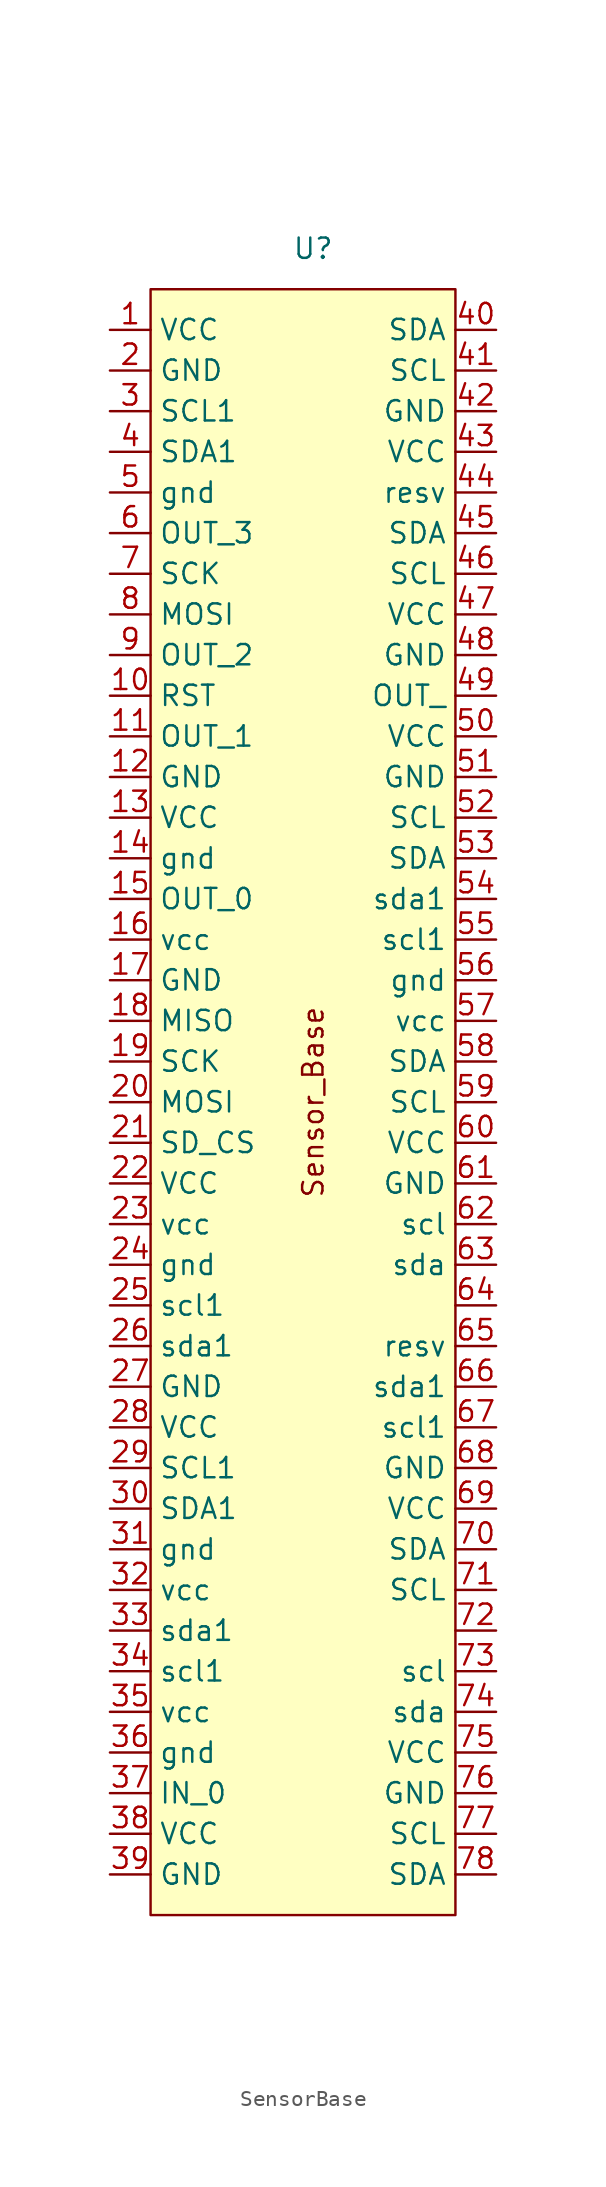
<source format=kicad_sym>
(kicad_symbol_lib
  (version 20220914)
  (generator kicad_symbol_editor)
  (symbol "SensorBase"
    (property "Reference" "U"
      (at 0 0 0)
      (effects (font (size 1.27 1.27))))
    (property "Value" ""
      (at 0 0 0)
      (effects (font (size 1.27 1.27))))
    (symbol "SensorBase_1_1"
      (rectangle (start -10.16 -2.54) (end 8.89 -104.14) (stroke (width 0) (type default)) (fill (type background)))
      (text "Sensor_Base\n" (at 0 -53.34 900) (effects (font (size 1.27 1.27))))
      (pin power_in line (at -12.7 -5.08 0) (length 2.54) (name "VCC" (effects (font (size 1.27 1.27)))) (number "1" (effects (font (size 1.27 1.27)))))
      (pin bidirectional line (at -12.7 -27.94 0) (length 2.54) (name "RST" (effects (font (size 1.27 1.27)))) (number "10" (effects (font (size 1.27 1.27)))))
      (pin bidirectional line (at -12.7 -30.48 0) (length 2.54) (name "OUT_1" (effects (font (size 1.27 1.27)))) (number "11" (effects (font (size 1.27 1.27)))))
      (pin power_in line (at -12.7 -33.02 0) (length 2.54) (name "GND" (effects (font (size 1.27 1.27)))) (number "12" (effects (font (size 1.27 1.27)))))
      (pin power_in line (at -12.7 -35.56 0) (length 2.54) (name "VCC" (effects (font (size 1.27 1.27)))) (number "13" (effects (font (size 1.27 1.27)))))
      (pin power_in line (at -12.7 -38.1 0) (length 2.54) (name "gnd" (effects (font (size 1.27 1.27)))) (number "14" (effects (font (size 1.27 1.27)))))
      (pin bidirectional line (at -12.7 -40.64 0) (length 2.54) (name "OUT_0" (effects (font (size 1.27 1.27)))) (number "15" (effects (font (size 1.27 1.27)))))
      (pin power_in line (at -12.7 -43.18 0) (length 2.54) (name "vcc" (effects (font (size 1.27 1.27)))) (number "16" (effects (font (size 1.27 1.27)))))
      (pin power_in line (at -12.7 -45.72 0) (length 2.54) (name "GND" (effects (font (size 1.27 1.27)))) (number "17" (effects (font (size 1.27 1.27)))))
      (pin bidirectional line (at -12.7 -48.26 0) (length 2.54) (name "MISO" (effects (font (size 1.27 1.27)))) (number "18" (effects (font (size 1.27 1.27)))))
      (pin bidirectional line (at -12.7 -50.8 0) (length 2.54) (name "SCK" (effects (font (size 1.27 1.27)))) (number "19" (effects (font (size 1.27 1.27)))))
      (pin power_in line (at -12.7 -7.62 0) (length 2.54) (name "GND" (effects (font (size 1.27 1.27)))) (number "2" (effects (font (size 1.27 1.27)))))
      (pin bidirectional line (at -12.7 -53.34 0) (length 2.54) (name "MOSI" (effects (font (size 1.27 1.27)))) (number "20" (effects (font (size 1.27 1.27)))))
      (pin bidirectional line (at -12.7 -55.88 0) (length 2.54) (name "SD_CS" (effects (font (size 1.27 1.27)))) (number "21" (effects (font (size 1.27 1.27)))))
      (pin power_in line (at -12.7 -58.42 0) (length 2.54) (name "VCC" (effects (font (size 1.27 1.27)))) (number "22" (effects (font (size 1.27 1.27)))))
      (pin power_in line (at -12.7 -60.96 0) (length 2.54) (name "vcc" (effects (font (size 1.27 1.27)))) (number "23" (effects (font (size 1.27 1.27)))))
      (pin power_in line (at -12.7 -63.5 0) (length 2.54) (name "gnd" (effects (font (size 1.27 1.27)))) (number "24" (effects (font (size 1.27 1.27)))))
      (pin bidirectional line (at -12.7 -66.04 0) (length 2.54) (name "scl1" (effects (font (size 1.27 1.27)))) (number "25" (effects (font (size 1.27 1.27)))))
      (pin bidirectional line (at -12.7 -68.58 0) (length 2.54) (name "sda1" (effects (font (size 1.27 1.27)))) (number "26" (effects (font (size 1.27 1.27)))))
      (pin power_in line (at -12.7 -71.12 0) (length 2.54) (name "GND" (effects (font (size 1.27 1.27)))) (number "27" (effects (font (size 1.27 1.27)))))
      (pin power_in line (at -12.7 -73.66 0) (length 2.54) (name "VCC" (effects (font (size 1.27 1.27)))) (number "28" (effects (font (size 1.27 1.27)))))
      (pin bidirectional line (at -12.7 -76.2 0) (length 2.54) (name "SCL1" (effects (font (size 1.27 1.27)))) (number "29" (effects (font (size 1.27 1.27)))))
      (pin bidirectional line (at -12.7 -10.16 0) (length 2.54) (name "SCL1" (effects (font (size 1.27 1.27)))) (number "3" (effects (font (size 1.27 1.27)))))
      (pin bidirectional line (at -12.7 -78.74 0) (length 2.54) (name "SDA1" (effects (font (size 1.27 1.27)))) (number "30" (effects (font (size 1.27 1.27)))))
      (pin power_in line (at -12.7 -81.28 0) (length 2.54) (name "gnd" (effects (font (size 1.27 1.27)))) (number "31" (effects (font (size 1.27 1.27)))))
      (pin power_in line (at -12.7 -83.82 0) (length 2.54) (name "vcc" (effects (font (size 1.27 1.27)))) (number "32" (effects (font (size 1.27 1.27)))))
      (pin bidirectional line (at -12.7 -86.36 0) (length 2.54) (name "sda1" (effects (font (size 1.27 1.27)))) (number "33" (effects (font (size 1.27 1.27)))))
      (pin bidirectional line (at -12.7 -88.9 0) (length 2.54) (name "scl1" (effects (font (size 1.27 1.27)))) (number "34" (effects (font (size 1.27 1.27)))))
      (pin power_in line (at -12.7 -91.44 0) (length 2.54) (name "vcc" (effects (font (size 1.27 1.27)))) (number "35" (effects (font (size 1.27 1.27)))))
      (pin power_in line (at -12.7 -93.98 0) (length 2.54) (name "gnd" (effects (font (size 1.27 1.27)))) (number "36" (effects (font (size 1.27 1.27)))))
      (pin bidirectional line (at -12.7 -96.52 0) (length 2.54) (name "IN_0" (effects (font (size 1.27 1.27)))) (number "37" (effects (font (size 1.27 1.27)))))
      (pin power_in line (at -12.7 -99.06 0) (length 2.54) (name "VCC" (effects (font (size 1.27 1.27)))) (number "38" (effects (font (size 1.27 1.27)))))
      (pin power_in line (at -12.7 -101.6 0) (length 2.54) (name "GND" (effects (font (size 1.27 1.27)))) (number "39" (effects (font (size 1.27 1.27)))))
      (pin bidirectional line (at -12.7 -12.7 0) (length 2.54) (name "SDA1" (effects (font (size 1.27 1.27)))) (number "4" (effects (font (size 1.27 1.27)))))
      (pin bidirectional line (at 11.43 -5.08 180) (length 2.54) (name "SDA" (effects (font (size 1.27 1.27)))) (number "40" (effects (font (size 1.27 1.27)))))
      (pin bidirectional line (at 11.43 -7.62 180) (length 2.54) (name "SCL" (effects (font (size 1.27 1.27)))) (number "41" (effects (font (size 1.27 1.27)))))
      (pin power_in line (at 11.43 -10.16 180) (length 2.54) (name "GND" (effects (font (size 1.27 1.27)))) (number "42" (effects (font (size 1.27 1.27)))))
      (pin power_in line (at 11.43 -12.7 180) (length 2.54) (name "VCC" (effects (font (size 1.27 1.27)))) (number "43" (effects (font (size 1.27 1.27)))))
      (pin bidirectional line (at 11.43 -15.24 180) (length 2.54) (name "resv" (effects (font (size 1.27 1.27)))) (number "44" (effects (font (size 1.27 1.27)))))
      (pin bidirectional line (at 11.43 -17.78 180) (length 2.54) (name "SDA" (effects (font (size 1.27 1.27)))) (number "45" (effects (font (size 1.27 1.27)))))
      (pin bidirectional line (at 11.43 -20.32 180) (length 2.54) (name "SCL" (effects (font (size 1.27 1.27)))) (number "46" (effects (font (size 1.27 1.27)))))
      (pin power_in line (at 11.43 -22.86 180) (length 2.54) (name "VCC" (effects (font (size 1.27 1.27)))) (number "47" (effects (font (size 1.27 1.27)))))
      (pin power_in line (at 11.43 -25.4 180) (length 2.54) (name "GND" (effects (font (size 1.27 1.27)))) (number "48" (effects (font (size 1.27 1.27)))))
      (pin bidirectional line (at 11.43 -27.94 180) (length 2.54) (name "OUT_" (effects (font (size 1.27 1.27)))) (number "49" (effects (font (size 1.27 1.27)))))
      (pin power_in line (at -12.7 -15.24 0) (length 2.54) (name "gnd" (effects (font (size 1.27 1.27)))) (number "5" (effects (font (size 1.27 1.27)))))
      (pin power_in line (at 11.43 -30.48 180) (length 2.54) (name "VCC" (effects (font (size 1.27 1.27)))) (number "50" (effects (font (size 1.27 1.27)))))
      (pin power_in line (at 11.43 -33.02 180) (length 2.54) (name "GND" (effects (font (size 1.27 1.27)))) (number "51" (effects (font (size 1.27 1.27)))))
      (pin bidirectional line (at 11.43 -35.56 180) (length 2.54) (name "SCL" (effects (font (size 1.27 1.27)))) (number "52" (effects (font (size 1.27 1.27)))))
      (pin bidirectional line (at 11.43 -38.1 180) (length 2.54) (name "SDA" (effects (font (size 1.27 1.27)))) (number "53" (effects (font (size 1.27 1.27)))))
      (pin bidirectional line (at 11.43 -40.64 180) (length 2.54) (name "sda1" (effects (font (size 1.27 1.27)))) (number "54" (effects (font (size 1.27 1.27)))))
      (pin bidirectional line (at 11.43 -43.18 180) (length 2.54) (name "scl1" (effects (font (size 1.27 1.27)))) (number "55" (effects (font (size 1.27 1.27)))))
      (pin power_in line (at 11.43 -45.72 180) (length 2.54) (name "gnd" (effects (font (size 1.27 1.27)))) (number "56" (effects (font (size 1.27 1.27)))))
      (pin power_in line (at 11.43 -48.26 180) (length 2.54) (name "vcc" (effects (font (size 1.27 1.27)))) (number "57" (effects (font (size 1.27 1.27)))))
      (pin bidirectional line (at 11.43 -50.8 180) (length 2.54) (name "SDA" (effects (font (size 1.27 1.27)))) (number "58" (effects (font (size 1.27 1.27)))))
      (pin bidirectional line (at 11.43 -53.34 180) (length 2.54) (name "SCL" (effects (font (size 1.27 1.27)))) (number "59" (effects (font (size 1.27 1.27)))))
      (pin bidirectional line (at -12.7 -17.78 0) (length 2.54) (name "OUT_3" (effects (font (size 1.27 1.27)))) (number "6" (effects (font (size 1.27 1.27)))))
      (pin power_in line (at 11.43 -55.88 180) (length 2.54) (name "VCC" (effects (font (size 1.27 1.27)))) (number "60" (effects (font (size 1.27 1.27)))))
      (pin power_in line (at 11.43 -58.42 180) (length 2.54) (name "GND" (effects (font (size 1.27 1.27)))) (number "61" (effects (font (size 1.27 1.27)))))
      (pin bidirectional line (at 11.43 -60.96 180) (length 2.54) (name "scl" (effects (font (size 1.27 1.27)))) (number "62" (effects (font (size 1.27 1.27)))))
      (pin bidirectional line (at 11.43 -63.5 180) (length 2.54) (name "sda" (effects (font (size 1.27 1.27)))) (number "63" (effects (font (size 1.27 1.27)))))
      (pin bidirectional line (at 11.43 -66.04 180) (length 2.54) (name "" (effects (font (size 1.27 1.27)))) (number "64" (effects (font (size 1.27 1.27)))))
      (pin bidirectional line (at 11.43 -68.58 180) (length 2.54) (name "resv" (effects (font (size 1.27 1.27)))) (number "65" (effects (font (size 1.27 1.27)))))
      (pin bidirectional line (at 11.43 -71.12 180) (length 2.54) (name "sda1" (effects (font (size 1.27 1.27)))) (number "66" (effects (font (size 1.27 1.27)))))
      (pin bidirectional line (at 11.43 -73.66 180) (length 2.54) (name "scl1" (effects (font (size 1.27 1.27)))) (number "67" (effects (font (size 1.27 1.27)))))
      (pin power_in line (at 11.43 -76.2 180) (length 2.54) (name "GND" (effects (font (size 1.27 1.27)))) (number "68" (effects (font (size 1.27 1.27)))))
      (pin power_in line (at 11.43 -78.74 180) (length 2.54) (name "VCC" (effects (font (size 1.27 1.27)))) (number "69" (effects (font (size 1.27 1.27)))))
      (pin bidirectional line (at -12.7 -20.32 0) (length 2.54) (name "SCK" (effects (font (size 1.27 1.27)))) (number "7" (effects (font (size 1.27 1.27)))))
      (pin bidirectional line (at 11.43 -81.28 180) (length 2.54) (name "SDA" (effects (font (size 1.27 1.27)))) (number "70" (effects (font (size 1.27 1.27)))))
      (pin bidirectional line (at 11.43 -83.82 180) (length 2.54) (name "SCL" (effects (font (size 1.27 1.27)))) (number "71" (effects (font (size 1.27 1.27)))))
      (pin bidirectional line (at 11.43 -86.36 180) (length 2.54) (name "" (effects (font (size 1.27 1.27)))) (number "72" (effects (font (size 1.27 1.27)))))
      (pin bidirectional line (at 11.43 -88.9 180) (length 2.54) (name "scl" (effects (font (size 1.27 1.27)))) (number "73" (effects (font (size 1.27 1.27)))))
      (pin bidirectional line (at 11.43 -91.44 180) (length 2.54) (name "sda" (effects (font (size 1.27 1.27)))) (number "74" (effects (font (size 1.27 1.27)))))
      (pin power_in line (at 11.43 -93.98 180) (length 2.54) (name "VCC" (effects (font (size 1.27 1.27)))) (number "75" (effects (font (size 1.27 1.27)))))
      (pin power_in line (at 11.43 -96.52 180) (length 2.54) (name "GND" (effects (font (size 1.27 1.27)))) (number "76" (effects (font (size 1.27 1.27)))))
      (pin bidirectional line (at 11.43 -99.06 180) (length 2.54) (name "SCL" (effects (font (size 1.27 1.27)))) (number "77" (effects (font (size 1.27 1.27)))))
      (pin bidirectional line (at 11.43 -101.6 180) (length 2.54) (name "SDA" (effects (font (size 1.27 1.27)))) (number "78" (effects (font (size 1.27 1.27)))))
      (pin bidirectional line (at -12.7 -22.86 0) (length 2.54) (name "MOSI" (effects (font (size 1.27 1.27)))) (number "8" (effects (font (size 1.27 1.27)))))
      (pin bidirectional line (at -12.7 -25.4 0) (length 2.54) (name "OUT_2" (effects (font (size 1.27 1.27)))) (number "9" (effects (font (size 1.27 1.27))))))))
</source>
